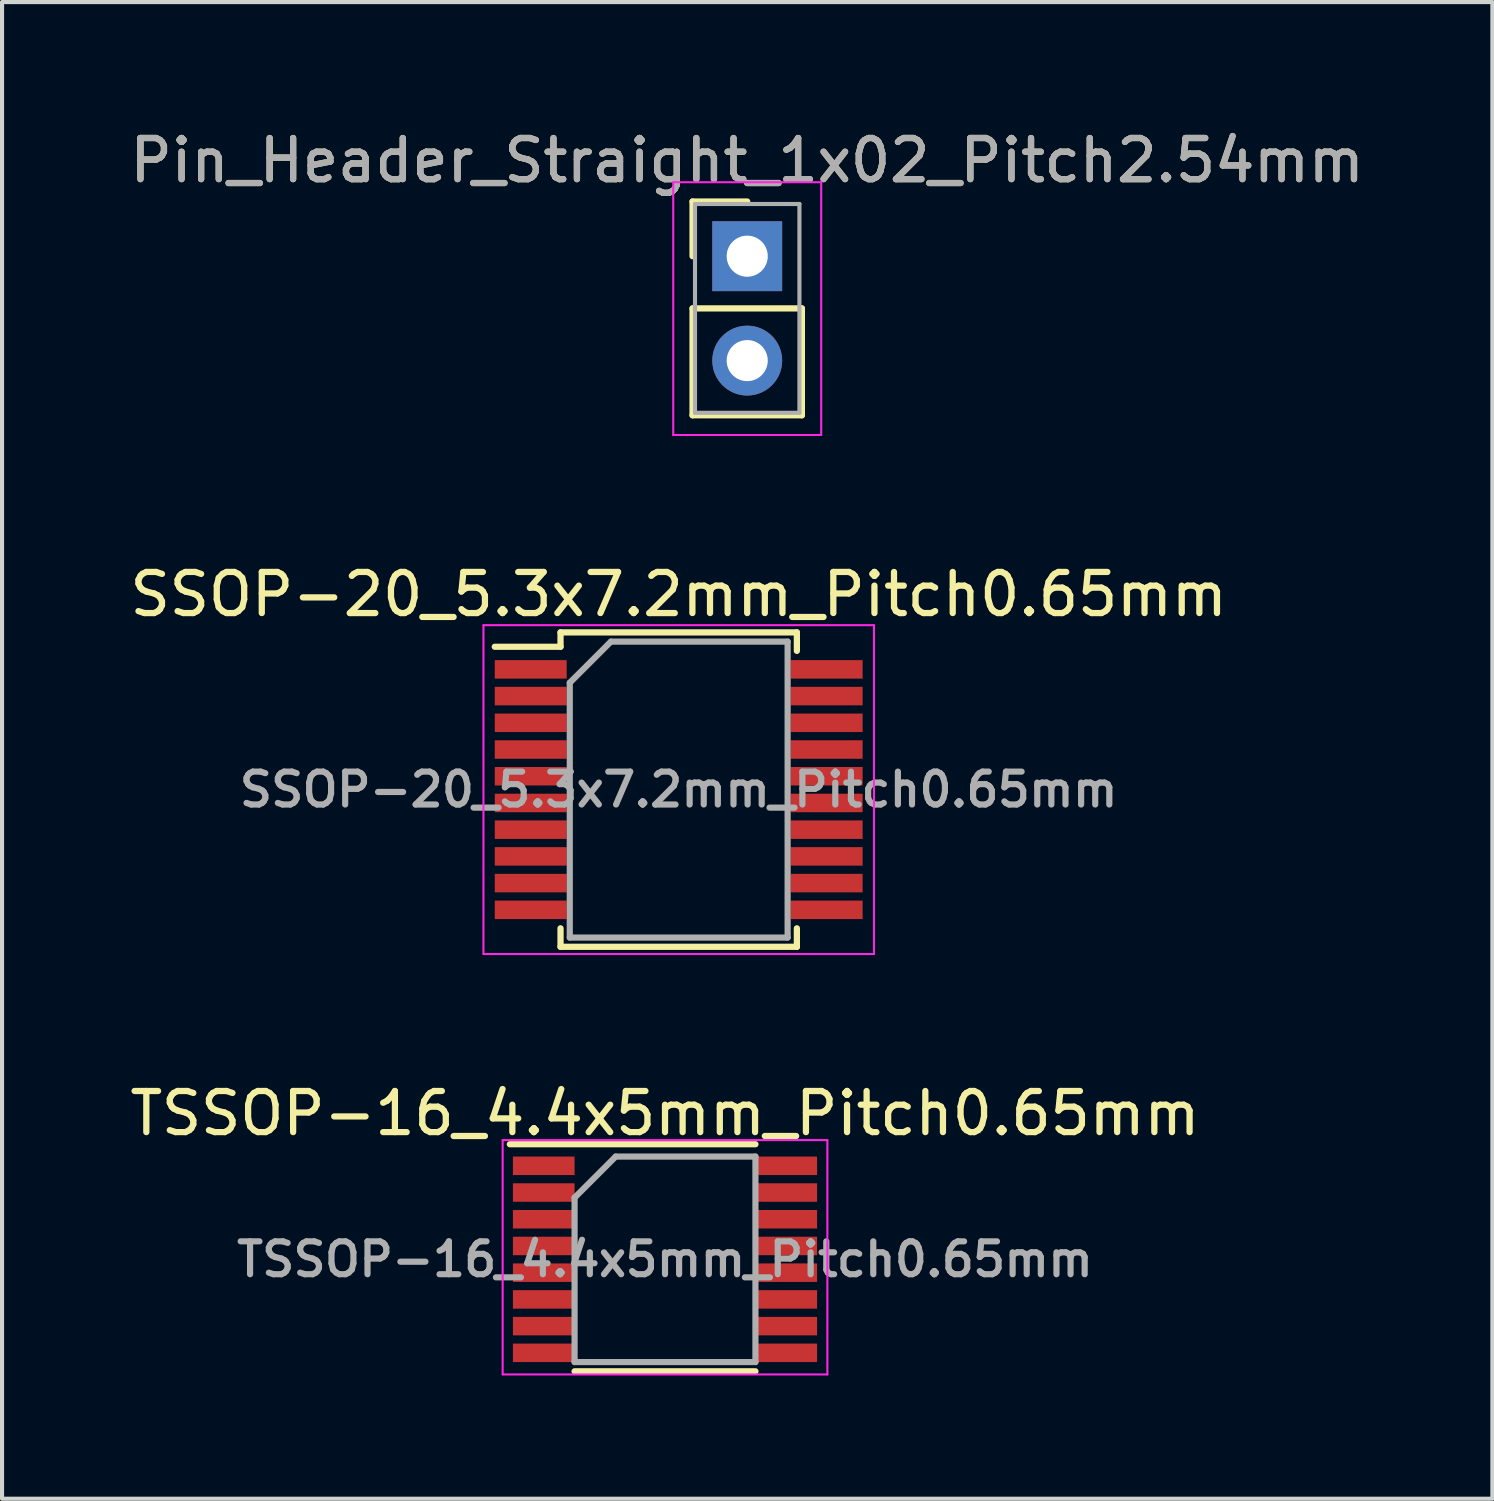
<source format=kicad_pcb>
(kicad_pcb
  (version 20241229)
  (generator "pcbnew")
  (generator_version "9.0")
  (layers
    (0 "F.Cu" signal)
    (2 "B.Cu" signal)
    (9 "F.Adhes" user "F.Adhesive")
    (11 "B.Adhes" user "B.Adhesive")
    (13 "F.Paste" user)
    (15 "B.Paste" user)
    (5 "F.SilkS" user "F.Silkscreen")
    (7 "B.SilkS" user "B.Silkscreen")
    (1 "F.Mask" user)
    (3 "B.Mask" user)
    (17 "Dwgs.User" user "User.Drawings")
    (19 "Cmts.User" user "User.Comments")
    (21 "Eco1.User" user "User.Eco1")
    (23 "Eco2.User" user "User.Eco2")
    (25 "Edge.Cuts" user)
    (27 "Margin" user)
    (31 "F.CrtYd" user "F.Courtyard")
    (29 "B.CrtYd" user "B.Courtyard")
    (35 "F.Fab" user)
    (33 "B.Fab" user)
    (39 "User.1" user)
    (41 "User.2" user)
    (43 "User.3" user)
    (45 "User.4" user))
  (footprint "TSSOP-16_4.4x5mm_Pitch0.65mm"
    (layer "F.Cu")
    (at 13.129 27.588)
    (property "Reference" "TSSOP-16_4.4x5mm_Pitch0.65mm" (at 0 -3.55 0) (layer "F.SilkS") (effects (font (size 1 1) (thickness 0.152))))
    (attr smd)
    (fp_line (start -3.775 -2.8) (end 2.2 -2.8) (stroke (width 0.152) (type solid)) (layer "F.SilkS"))
    (fp_line (start -2.2 2.725) (end 2.2 2.725) (stroke (width 0.152) (type solid)) (layer "F.SilkS"))
    (fp_line (start -3.95 -2.9) (end -3.95 2.8) (stroke (width 0.05) (type solid)) (layer "F.CrtYd"))
    (fp_line (start -3.95 -2.9) (end 3.95 -2.9) (stroke (width 0.05) (type solid)) (layer "F.CrtYd"))
    (fp_line (start -3.95 2.8) (end 3.95 2.8) (stroke (width 0.05) (type solid)) (layer "F.CrtYd"))
    (fp_line (start 3.95 -2.9) (end 3.95 2.8) (stroke (width 0.05) (type solid)) (layer "F.CrtYd"))
    (fp_line (start -2.2 -1.5) (end -1.2 -2.5) (stroke (width 0.15) (type solid)) (layer "F.Fab"))
    (fp_line (start -2.2 2.5) (end -2.2 -1.5) (stroke (width 0.15) (type solid)) (layer "F.Fab"))
    (fp_line (start -1.2 -2.5) (end 2.2 -2.5) (stroke (width 0.15) (type solid)) (layer "F.Fab"))
    (fp_line (start 2.2 -2.5) (end 2.2 2.5) (stroke (width 0.15) (type solid)) (layer "F.Fab"))
    (fp_line (start 2.2 2.5) (end -2.2 2.5) (stroke (width 0.15) (type solid)) (layer "F.Fab"))
    (fp_text user "${REFERENCE}" (at 0 0 0) (layer "F.Fab") (effects (font (size 0.8 0.8) (thickness 0.15))))
    (pad "1" smd rect (at -2.95 -2.275) (size 1.5 0.45) (layers "F.Cu" "F.Mask" "F.Paste"))
    (pad "2" smd rect (at -2.95 -1.625) (size 1.5 0.45) (layers "F.Cu" "F.Mask" "F.Paste"))
    (pad "3" smd rect (at -2.95 -0.975) (size 1.5 0.45) (layers "F.Cu" "F.Mask" "F.Paste"))
    (pad "4" smd rect (at -2.95 -0.325) (size 1.5 0.45) (layers "F.Cu" "F.Mask" "F.Paste"))
    (pad "5" smd rect (at -2.95 0.325) (size 1.5 0.45) (layers "F.Cu" "F.Mask" "F.Paste"))
    (pad "6" smd rect (at -2.95 0.975) (size 1.5 0.45) (layers "F.Cu" "F.Mask" "F.Paste"))
    (pad "7" smd rect (at -2.95 1.625) (size 1.5 0.45) (layers "F.Cu" "F.Mask" "F.Paste"))
    (pad "8" smd rect (at -2.95 2.275) (size 1.5 0.45) (layers "F.Cu" "F.Mask" "F.Paste"))
    (pad "9" smd rect (at 2.95 2.275) (size 1.5 0.45) (layers "F.Cu" "F.Mask" "F.Paste"))
    (pad "10" smd rect (at 2.95 1.625) (size 1.5 0.45) (layers "F.Cu" "F.Mask" "F.Paste"))
    (pad "11" smd rect (at 2.95 0.975) (size 1.5 0.45) (layers "F.Cu" "F.Mask" "F.Paste"))
    (pad "12" smd rect (at 2.95 0.325) (size 1.5 0.45) (layers "F.Cu" "F.Mask" "F.Paste"))
    (pad "13" smd rect (at 2.95 -0.325) (size 1.5 0.45) (layers "F.Cu" "F.Mask" "F.Paste"))
    (pad "14" smd rect (at 2.95 -0.975) (size 1.5 0.45) (layers "F.Cu" "F.Mask" "F.Paste"))
    (pad "15" smd rect (at 2.95 -1.625) (size 1.5 0.45) (layers "F.Cu" "F.Mask" "F.Paste"))
    (pad "16" smd rect (at 2.95 -2.275) (size 1.5 0.45) (layers "F.Cu" "F.Mask" "F.Paste")))
  (footprint "Pin_Header_Straight_1x02_Pitch2.54mm"
    (layer "F.Cu")
    (at 15.129 3.183)
    (property "Reference" "Pin_Header_Straight_1x02_Pitch2.54mm" (at 0 -2.33 0) (layer "F.SilkS") (effects (font (size 1 1) (thickness 0.152))))
    (attr through_hole)
    (fp_line (start -1.33 -1.33) (end 0 -1.33) (stroke (width 0.152) (type solid)) (layer "F.SilkS"))
    (fp_line (start -1.33 0) (end -1.33 -1.33) (stroke (width 0.152) (type solid)) (layer "F.SilkS"))
    (fp_line (start -1.33 1.27) (end -1.33 3.87) (stroke (width 0.152) (type solid)) (layer "F.SilkS"))
    (fp_line (start -1.33 3.87) (end 1.33 3.87) (stroke (width 0.152) (type solid)) (layer "F.SilkS"))
    (fp_line (start 1.33 1.27) (end -1.33 1.27) (stroke (width 0.152) (type solid)) (layer "F.SilkS"))
    (fp_line (start 1.33 3.87) (end 1.33 1.27) (stroke (width 0.152) (type solid)) (layer "F.SilkS"))
    (fp_line (start -1.8 -1.8) (end -1.8 4.35) (stroke (width 0.05) (type solid)) (layer "F.CrtYd"))
    (fp_line (start -1.8 4.35) (end 1.8 4.35) (stroke (width 0.05) (type solid)) (layer "F.CrtYd"))
    (fp_line (start 1.8 -1.8) (end -1.8 -1.8) (stroke (width 0.05) (type solid)) (layer "F.CrtYd"))
    (fp_line (start 1.8 4.35) (end 1.8 -1.8) (stroke (width 0.05) (type solid)) (layer "F.CrtYd"))
    (fp_line (start -1.27 -1.27) (end -1.27 3.81) (stroke (width 0.1) (type solid)) (layer "F.Fab"))
    (fp_line (start -1.27 3.81) (end 1.27 3.81) (stroke (width 0.1) (type solid)) (layer "F.Fab"))
    (fp_line (start 1.27 -1.27) (end -1.27 -1.27) (stroke (width 0.1) (type solid)) (layer "F.Fab"))
    (fp_line (start 1.27 3.81) (end 1.27 -1.27) (stroke (width 0.1) (type solid)) (layer "F.Fab"))
    (fp_text user "${REFERENCE}" (at 0 -2.33 0) (layer "F.Fab") (effects (font (size 1 1) (thickness 0.152))))
    (pad "1" thru_hole rect (at 0 0) (size 1.7 1.7) (drill 1) (layers "*.Cu" "*.Mask"))
    (pad "2" thru_hole oval (at 0 2.54) (size 1.7 1.7) (drill 1) (layers "*.Cu" "*.Mask")))
  (footprint "SSOP-20_5.3x7.2mm_Pitch0.65mm"
    (layer "F.Cu")
    (at 13.462 16.16)
    (property "Reference" "SSOP-20_5.3x7.2mm_Pitch0.65mm" (at 0 -4.75 0) (layer "F.SilkS") (effects (font (size 1 1) (thickness 0.152))))
    (attr smd)
    (fp_line (start -2.875 -3.825) (end -2.875 -3.475) (stroke (width 0.152) (type solid)) (layer "F.SilkS"))
    (fp_line (start -2.875 -3.825) (end 2.875 -3.825) (stroke (width 0.152) (type solid)) (layer "F.SilkS"))
    (fp_line (start -2.875 -3.475) (end -4.475 -3.475) (stroke (width 0.152) (type solid)) (layer "F.SilkS"))
    (fp_line (start -2.875 3.825) (end -2.875 3.375) (stroke (width 0.152) (type solid)) (layer "F.SilkS"))
    (fp_line (start -2.875 3.825) (end 2.875 3.825) (stroke (width 0.152) (type solid)) (layer "F.SilkS"))
    (fp_line (start 2.875 -3.825) (end 2.875 -3.375) (stroke (width 0.152) (type solid)) (layer "F.SilkS"))
    (fp_line (start 2.875 3.825) (end 2.875 3.375) (stroke (width 0.152) (type solid)) (layer "F.SilkS"))
    (fp_line (start -4.75 -4) (end -4.75 4) (stroke (width 0.05) (type solid)) (layer "F.CrtYd"))
    (fp_line (start -4.75 -4) (end 4.75 -4) (stroke (width 0.05) (type solid)) (layer "F.CrtYd"))
    (fp_line (start -4.75 4) (end 4.75 4) (stroke (width 0.05) (type solid)) (layer "F.CrtYd"))
    (fp_line (start 4.75 -4) (end 4.75 4) (stroke (width 0.05) (type solid)) (layer "F.CrtYd"))
    (fp_line (start -2.65 -2.6) (end -1.65 -3.6) (stroke (width 0.15) (type solid)) (layer "F.Fab"))
    (fp_line (start -2.65 3.6) (end -2.65 -2.6) (stroke (width 0.15) (type solid)) (layer "F.Fab"))
    (fp_line (start -1.65 -3.6) (end 2.65 -3.6) (stroke (width 0.15) (type solid)) (layer "F.Fab"))
    (fp_line (start 2.65 -3.6) (end 2.65 3.6) (stroke (width 0.15) (type solid)) (layer "F.Fab"))
    (fp_line (start 2.65 3.6) (end -2.65 3.6) (stroke (width 0.15) (type solid)) (layer "F.Fab"))
    (fp_text user "${REFERENCE}" (at 0 0 0) (layer "F.Fab") (effects (font (size 0.8 0.8) (thickness 0.15))))
    (pad "1" smd rect (at -3.6 -2.925) (size 1.75 0.45) (layers "F.Cu" "F.Mask" "F.Paste"))
    (pad "2" smd rect (at -3.6 -2.275) (size 1.75 0.45) (layers "F.Cu" "F.Mask" "F.Paste"))
    (pad "3" smd rect (at -3.6 -1.625) (size 1.75 0.45) (layers "F.Cu" "F.Mask" "F.Paste"))
    (pad "4" smd rect (at -3.6 -0.975) (size 1.75 0.45) (layers "F.Cu" "F.Mask" "F.Paste"))
    (pad "5" smd rect (at -3.6 -0.325) (size 1.75 0.45) (layers "F.Cu" "F.Mask" "F.Paste"))
    (pad "6" smd rect (at -3.6 0.325) (size 1.75 0.45) (layers "F.Cu" "F.Mask" "F.Paste"))
    (pad "7" smd rect (at -3.6 0.975) (size 1.75 0.45) (layers "F.Cu" "F.Mask" "F.Paste"))
    (pad "8" smd rect (at -3.6 1.625) (size 1.75 0.45) (layers "F.Cu" "F.Mask" "F.Paste"))
    (pad "9" smd rect (at -3.6 2.275) (size 1.75 0.45) (layers "F.Cu" "F.Mask" "F.Paste"))
    (pad "10" smd rect (at -3.6 2.925) (size 1.75 0.45) (layers "F.Cu" "F.Mask" "F.Paste"))
    (pad "11" smd rect (at 3.6 2.925) (size 1.75 0.45) (layers "F.Cu" "F.Mask" "F.Paste"))
    (pad "12" smd rect (at 3.6 2.275) (size 1.75 0.45) (layers "F.Cu" "F.Mask" "F.Paste"))
    (pad "13" smd rect (at 3.6 1.625) (size 1.75 0.45) (layers "F.Cu" "F.Mask" "F.Paste"))
    (pad "14" smd rect (at 3.6 0.975) (size 1.75 0.45) (layers "F.Cu" "F.Mask" "F.Paste"))
    (pad "15" smd rect (at 3.6 0.325) (size 1.75 0.45) (layers "F.Cu" "F.Mask" "F.Paste"))
    (pad "16" smd rect (at 3.6 -0.325) (size 1.75 0.45) (layers "F.Cu" "F.Mask" "F.Paste"))
    (pad "17" smd rect (at 3.6 -0.975) (size 1.75 0.45) (layers "F.Cu" "F.Mask" "F.Paste"))
    (pad "18" smd rect (at 3.6 -1.625) (size 1.75 0.45) (layers "F.Cu" "F.Mask" "F.Paste"))
    (pad "19" smd rect (at 3.6 -2.275) (size 1.75 0.45) (layers "F.Cu" "F.Mask" "F.Paste"))
    (pad "20" smd rect (at 3.6 -2.925) (size 1.75 0.45) (layers "F.Cu" "F.Mask" "F.Paste")))
  (gr_rect
    (start -3 -3)
    (end 33.258 33.413)
    (stroke (width 0.1) (type default))
    (fill no)
    (layer "Edge.Cuts")))
</source>
